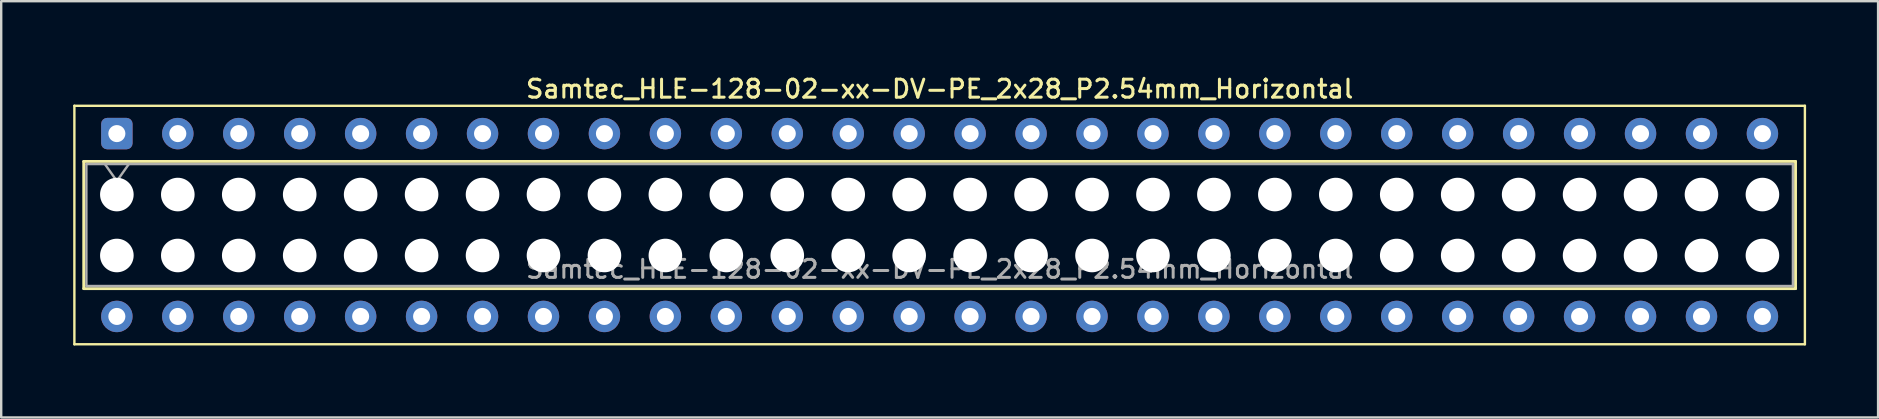
<source format=kicad_pcb>
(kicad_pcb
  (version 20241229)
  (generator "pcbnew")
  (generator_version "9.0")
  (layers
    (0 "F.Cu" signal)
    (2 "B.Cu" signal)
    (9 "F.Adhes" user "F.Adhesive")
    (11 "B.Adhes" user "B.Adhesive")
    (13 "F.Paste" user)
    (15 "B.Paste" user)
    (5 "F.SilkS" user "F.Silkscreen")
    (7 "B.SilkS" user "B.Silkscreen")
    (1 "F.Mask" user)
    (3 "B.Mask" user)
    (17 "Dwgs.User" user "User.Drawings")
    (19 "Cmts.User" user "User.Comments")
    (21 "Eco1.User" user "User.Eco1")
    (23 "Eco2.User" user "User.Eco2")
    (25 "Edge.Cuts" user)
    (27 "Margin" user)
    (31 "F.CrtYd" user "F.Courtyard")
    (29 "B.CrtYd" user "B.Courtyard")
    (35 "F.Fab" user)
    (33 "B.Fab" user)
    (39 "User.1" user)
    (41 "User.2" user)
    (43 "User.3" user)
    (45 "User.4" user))
  (footprint "Samtec_HLE-128-02-xx-DV-PE_2x28_P2.54mm_Horizontal"
    (layer "F.Cu")
    (at 1.82 2.518)
    (property "Reference" "Samtec_HLE-128-02-xx-DV-PE_2x28_P2.54mm_Horizontal" (at 34.29 -1.86 0) (layer "F.SilkS") (effects (font (size 0.75 0.75) (thickness 0.125))))
    (attr through_hole)
    (fp_line (start -1.77 -1.16) (end 70.35 -1.16) (stroke (width 0.1) (type solid)) (layer "F.SilkS"))
    (fp_line (start -1.77 8.78) (end -1.77 -1.16) (stroke (width 0.1) (type solid)) (layer "F.SilkS"))
    (fp_line (start -1.38 1.16) (end 69.96 1.16) (stroke (width 0.12) (type solid)) (layer "F.SilkS"))
    (fp_line (start -1.38 6.46) (end -1.38 1.16) (stroke (width 0.12) (type solid)) (layer "F.SilkS"))
    (fp_line (start 69.96 1.16) (end 69.96 6.46) (stroke (width 0.12) (type solid)) (layer "F.SilkS"))
    (fp_line (start 69.96 6.46) (end -1.38 6.46) (stroke (width 0.12) (type solid)) (layer "F.SilkS"))
    (fp_line (start 70.35 -1.16) (end 70.35 8.78) (stroke (width 0.1) (type solid)) (layer "F.SilkS"))
    (fp_line (start 70.35 8.78) (end -1.77 8.78) (stroke (width 0.1) (type solid)) (layer "F.SilkS"))
    (fp_line (start -1.27 1.27) (end 69.85 1.27) (stroke (width 0.1) (type solid)) (layer "F.Fab"))
    (fp_line (start -1.27 6.35) (end -1.27 1.27) (stroke (width 0.1) (type solid)) (layer "F.Fab"))
    (fp_line (start -0.5 1.27) (end 0 1.977) (stroke (width 0.1) (type solid)) (layer "F.Fab"))
    (fp_line (start 0 1.977) (end 0.5 1.27) (stroke (width 0.1) (type solid)) (layer "F.Fab"))
    (fp_line (start 69.85 1.27) (end 69.85 6.35) (stroke (width 0.1) (type solid)) (layer "F.Fab"))
    (fp_line (start 69.85 6.35) (end -1.27 6.35) (stroke (width 0.1) (type solid)) (layer "F.Fab"))
    (fp_text user "${REFERENCE}" (at 34.29 5.65 0) (layer "F.Fab") (effects (font (size 0.75 0.75) (thickness 0.125))))
    (pad "" np_thru_hole circle (at 0 2.54) (size 1.4 1.4) (drill 1.4) (layers "*.Cu" "*.Mask"))
    (pad "" np_thru_hole circle (at 0 5.08) (size 1.4 1.4) (drill 1.4) (layers "*.Cu" "*.Mask"))
    (pad "" np_thru_hole circle (at 2.54 2.54) (size 1.4 1.4) (drill 1.4) (layers "*.Cu" "*.Mask"))
    (pad "" np_thru_hole circle (at 2.54 5.08) (size 1.4 1.4) (drill 1.4) (layers "*.Cu" "*.Mask"))
    (pad "" np_thru_hole circle (at 5.08 2.54) (size 1.4 1.4) (drill 1.4) (layers "*.Cu" "*.Mask"))
    (pad "" np_thru_hole circle (at 5.08 5.08) (size 1.4 1.4) (drill 1.4) (layers "*.Cu" "*.Mask"))
    (pad "" np_thru_hole circle (at 7.62 2.54) (size 1.4 1.4) (drill 1.4) (layers "*.Cu" "*.Mask"))
    (pad "" np_thru_hole circle (at 7.62 5.08) (size 1.4 1.4) (drill 1.4) (layers "*.Cu" "*.Mask"))
    (pad "" np_thru_hole circle (at 10.16 2.54) (size 1.4 1.4) (drill 1.4) (layers "*.Cu" "*.Mask"))
    (pad "" np_thru_hole circle (at 10.16 5.08) (size 1.4 1.4) (drill 1.4) (layers "*.Cu" "*.Mask"))
    (pad "" np_thru_hole circle (at 12.7 2.54) (size 1.4 1.4) (drill 1.4) (layers "*.Cu" "*.Mask"))
    (pad "" np_thru_hole circle (at 12.7 5.08) (size 1.4 1.4) (drill 1.4) (layers "*.Cu" "*.Mask"))
    (pad "" np_thru_hole circle (at 15.24 2.54) (size 1.4 1.4) (drill 1.4) (layers "*.Cu" "*.Mask"))
    (pad "" np_thru_hole circle (at 15.24 5.08) (size 1.4 1.4) (drill 1.4) (layers "*.Cu" "*.Mask"))
    (pad "" np_thru_hole circle (at 17.78 2.54) (size 1.4 1.4) (drill 1.4) (layers "*.Cu" "*.Mask"))
    (pad "" np_thru_hole circle (at 17.78 5.08) (size 1.4 1.4) (drill 1.4) (layers "*.Cu" "*.Mask"))
    (pad "" np_thru_hole circle (at 20.32 2.54) (size 1.4 1.4) (drill 1.4) (layers "*.Cu" "*.Mask"))
    (pad "" np_thru_hole circle (at 20.32 5.08) (size 1.4 1.4) (drill 1.4) (layers "*.Cu" "*.Mask"))
    (pad "" np_thru_hole circle (at 22.86 2.54) (size 1.4 1.4) (drill 1.4) (layers "*.Cu" "*.Mask"))
    (pad "" np_thru_hole circle (at 22.86 5.08) (size 1.4 1.4) (drill 1.4) (layers "*.Cu" "*.Mask"))
    (pad "" np_thru_hole circle (at 25.4 2.54) (size 1.4 1.4) (drill 1.4) (layers "*.Cu" "*.Mask"))
    (pad "" np_thru_hole circle (at 25.4 5.08) (size 1.4 1.4) (drill 1.4) (layers "*.Cu" "*.Mask"))
    (pad "" np_thru_hole circle (at 27.94 2.54) (size 1.4 1.4) (drill 1.4) (layers "*.Cu" "*.Mask"))
    (pad "" np_thru_hole circle (at 27.94 5.08) (size 1.4 1.4) (drill 1.4) (layers "*.Cu" "*.Mask"))
    (pad "" np_thru_hole circle (at 30.48 2.54) (size 1.4 1.4) (drill 1.4) (layers "*.Cu" "*.Mask"))
    (pad "" np_thru_hole circle (at 30.48 5.08) (size 1.4 1.4) (drill 1.4) (layers "*.Cu" "*.Mask"))
    (pad "" np_thru_hole circle (at 33.02 2.54) (size 1.4 1.4) (drill 1.4) (layers "*.Cu" "*.Mask"))
    (pad "" np_thru_hole circle (at 33.02 5.08) (size 1.4 1.4) (drill 1.4) (layers "*.Cu" "*.Mask"))
    (pad "" np_thru_hole circle (at 35.56 2.54) (size 1.4 1.4) (drill 1.4) (layers "*.Cu" "*.Mask"))
    (pad "" np_thru_hole circle (at 35.56 5.08) (size 1.4 1.4) (drill 1.4) (layers "*.Cu" "*.Mask"))
    (pad "" np_thru_hole circle (at 38.1 2.54) (size 1.4 1.4) (drill 1.4) (layers "*.Cu" "*.Mask"))
    (pad "" np_thru_hole circle (at 38.1 5.08) (size 1.4 1.4) (drill 1.4) (layers "*.Cu" "*.Mask"))
    (pad "" np_thru_hole circle (at 40.64 2.54) (size 1.4 1.4) (drill 1.4) (layers "*.Cu" "*.Mask"))
    (pad "" np_thru_hole circle (at 40.64 5.08) (size 1.4 1.4) (drill 1.4) (layers "*.Cu" "*.Mask"))
    (pad "" np_thru_hole circle (at 43.18 2.54) (size 1.4 1.4) (drill 1.4) (layers "*.Cu" "*.Mask"))
    (pad "" np_thru_hole circle (at 43.18 5.08) (size 1.4 1.4) (drill 1.4) (layers "*.Cu" "*.Mask"))
    (pad "" np_thru_hole circle (at 45.72 2.54) (size 1.4 1.4) (drill 1.4) (layers "*.Cu" "*.Mask"))
    (pad "" np_thru_hole circle (at 45.72 5.08) (size 1.4 1.4) (drill 1.4) (layers "*.Cu" "*.Mask"))
    (pad "" np_thru_hole circle (at 48.26 2.54) (size 1.4 1.4) (drill 1.4) (layers "*.Cu" "*.Mask"))
    (pad "" np_thru_hole circle (at 48.26 5.08) (size 1.4 1.4) (drill 1.4) (layers "*.Cu" "*.Mask"))
    (pad "" np_thru_hole circle (at 50.8 2.54) (size 1.4 1.4) (drill 1.4) (layers "*.Cu" "*.Mask"))
    (pad "" np_thru_hole circle (at 50.8 5.08) (size 1.4 1.4) (drill 1.4) (layers "*.Cu" "*.Mask"))
    (pad "" np_thru_hole circle (at 53.34 2.54) (size 1.4 1.4) (drill 1.4) (layers "*.Cu" "*.Mask"))
    (pad "" np_thru_hole circle (at 53.34 5.08) (size 1.4 1.4) (drill 1.4) (layers "*.Cu" "*.Mask"))
    (pad "" np_thru_hole circle (at 55.88 2.54) (size 1.4 1.4) (drill 1.4) (layers "*.Cu" "*.Mask"))
    (pad "" np_thru_hole circle (at 55.88 5.08) (size 1.4 1.4) (drill 1.4) (layers "*.Cu" "*.Mask"))
    (pad "" np_thru_hole circle (at 58.42 2.54) (size 1.4 1.4) (drill 1.4) (layers "*.Cu" "*.Mask"))
    (pad "" np_thru_hole circle (at 58.42 5.08) (size 1.4 1.4) (drill 1.4) (layers "*.Cu" "*.Mask"))
    (pad "" np_thru_hole circle (at 60.96 2.54) (size 1.4 1.4) (drill 1.4) (layers "*.Cu" "*.Mask"))
    (pad "" np_thru_hole circle (at 60.96 5.08) (size 1.4 1.4) (drill 1.4) (layers "*.Cu" "*.Mask"))
    (pad "" np_thru_hole circle (at 63.5 2.54) (size 1.4 1.4) (drill 1.4) (layers "*.Cu" "*.Mask"))
    (pad "" np_thru_hole circle (at 63.5 5.08) (size 1.4 1.4) (drill 1.4) (layers "*.Cu" "*.Mask"))
    (pad "" np_thru_hole circle (at 66.04 2.54) (size 1.4 1.4) (drill 1.4) (layers "*.Cu" "*.Mask"))
    (pad "" np_thru_hole circle (at 66.04 5.08) (size 1.4 1.4) (drill 1.4) (layers "*.Cu" "*.Mask"))
    (pad "" np_thru_hole circle (at 68.58 2.54) (size 1.4 1.4) (drill 1.4) (layers "*.Cu" "*.Mask"))
    (pad "" np_thru_hole circle (at 68.58 5.08) (size 1.4 1.4) (drill 1.4) (layers "*.Cu" "*.Mask"))
    (pad "1" thru_hole roundrect (at 0 0) (size 1.31 1.31) (drill 0.71) (layers "*.Cu" "*.Mask") (roundrect_rratio 0.191))
    (pad "2" thru_hole circle (at 0 7.62) (size 1.31 1.31) (drill 0.71) (layers "*.Cu" "*.Mask"))
    (pad "3" thru_hole circle (at 2.54 0) (size 1.31 1.31) (drill 0.71) (layers "*.Cu" "*.Mask"))
    (pad "4" thru_hole circle (at 2.54 7.62) (size 1.31 1.31) (drill 0.71) (layers "*.Cu" "*.Mask"))
    (pad "5" thru_hole circle (at 5.08 0) (size 1.31 1.31) (drill 0.71) (layers "*.Cu" "*.Mask"))
    (pad "6" thru_hole circle (at 5.08 7.62) (size 1.31 1.31) (drill 0.71) (layers "*.Cu" "*.Mask"))
    (pad "7" thru_hole circle (at 7.62 0) (size 1.31 1.31) (drill 0.71) (layers "*.Cu" "*.Mask"))
    (pad "8" thru_hole circle (at 7.62 7.62) (size 1.31 1.31) (drill 0.71) (layers "*.Cu" "*.Mask"))
    (pad "9" thru_hole circle (at 10.16 0) (size 1.31 1.31) (drill 0.71) (layers "*.Cu" "*.Mask"))
    (pad "10" thru_hole circle (at 10.16 7.62) (size 1.31 1.31) (drill 0.71) (layers "*.Cu" "*.Mask"))
    (pad "11" thru_hole circle (at 12.7 0) (size 1.31 1.31) (drill 0.71) (layers "*.Cu" "*.Mask"))
    (pad "12" thru_hole circle (at 12.7 7.62) (size 1.31 1.31) (drill 0.71) (layers "*.Cu" "*.Mask"))
    (pad "13" thru_hole circle (at 15.24 0) (size 1.31 1.31) (drill 0.71) (layers "*.Cu" "*.Mask"))
    (pad "14" thru_hole circle (at 15.24 7.62) (size 1.31 1.31) (drill 0.71) (layers "*.Cu" "*.Mask"))
    (pad "15" thru_hole circle (at 17.78 0) (size 1.31 1.31) (drill 0.71) (layers "*.Cu" "*.Mask"))
    (pad "16" thru_hole circle (at 17.78 7.62) (size 1.31 1.31) (drill 0.71) (layers "*.Cu" "*.Mask"))
    (pad "17" thru_hole circle (at 20.32 0) (size 1.31 1.31) (drill 0.71) (layers "*.Cu" "*.Mask"))
    (pad "18" thru_hole circle (at 20.32 7.62) (size 1.31 1.31) (drill 0.71) (layers "*.Cu" "*.Mask"))
    (pad "19" thru_hole circle (at 22.86 0) (size 1.31 1.31) (drill 0.71) (layers "*.Cu" "*.Mask"))
    (pad "20" thru_hole circle (at 22.86 7.62) (size 1.31 1.31) (drill 0.71) (layers "*.Cu" "*.Mask"))
    (pad "21" thru_hole circle (at 25.4 0) (size 1.31 1.31) (drill 0.71) (layers "*.Cu" "*.Mask"))
    (pad "22" thru_hole circle (at 25.4 7.62) (size 1.31 1.31) (drill 0.71) (layers "*.Cu" "*.Mask"))
    (pad "23" thru_hole circle (at 27.94 0) (size 1.31 1.31) (drill 0.71) (layers "*.Cu" "*.Mask"))
    (pad "24" thru_hole circle (at 27.94 7.62) (size 1.31 1.31) (drill 0.71) (layers "*.Cu" "*.Mask"))
    (pad "25" thru_hole circle (at 30.48 0) (size 1.31 1.31) (drill 0.71) (layers "*.Cu" "*.Mask"))
    (pad "26" thru_hole circle (at 30.48 7.62) (size 1.31 1.31) (drill 0.71) (layers "*.Cu" "*.Mask"))
    (pad "27" thru_hole circle (at 33.02 0) (size 1.31 1.31) (drill 0.71) (layers "*.Cu" "*.Mask"))
    (pad "28" thru_hole circle (at 33.02 7.62) (size 1.31 1.31) (drill 0.71) (layers "*.Cu" "*.Mask"))
    (pad "29" thru_hole circle (at 35.56 0) (size 1.31 1.31) (drill 0.71) (layers "*.Cu" "*.Mask"))
    (pad "30" thru_hole circle (at 35.56 7.62) (size 1.31 1.31) (drill 0.71) (layers "*.Cu" "*.Mask"))
    (pad "31" thru_hole circle (at 38.1 0) (size 1.31 1.31) (drill 0.71) (layers "*.Cu" "*.Mask"))
    (pad "32" thru_hole circle (at 38.1 7.62) (size 1.31 1.31) (drill 0.71) (layers "*.Cu" "*.Mask"))
    (pad "33" thru_hole circle (at 40.64 0) (size 1.31 1.31) (drill 0.71) (layers "*.Cu" "*.Mask"))
    (pad "34" thru_hole circle (at 40.64 7.62) (size 1.31 1.31) (drill 0.71) (layers "*.Cu" "*.Mask"))
    (pad "35" thru_hole circle (at 43.18 0) (size 1.31 1.31) (drill 0.71) (layers "*.Cu" "*.Mask"))
    (pad "36" thru_hole circle (at 43.18 7.62) (size 1.31 1.31) (drill 0.71) (layers "*.Cu" "*.Mask"))
    (pad "37" thru_hole circle (at 45.72 0) (size 1.31 1.31) (drill 0.71) (layers "*.Cu" "*.Mask"))
    (pad "38" thru_hole circle (at 45.72 7.62) (size 1.31 1.31) (drill 0.71) (layers "*.Cu" "*.Mask"))
    (pad "39" thru_hole circle (at 48.26 0) (size 1.31 1.31) (drill 0.71) (layers "*.Cu" "*.Mask"))
    (pad "40" thru_hole circle (at 48.26 7.62) (size 1.31 1.31) (drill 0.71) (layers "*.Cu" "*.Mask"))
    (pad "41" thru_hole circle (at 50.8 0) (size 1.31 1.31) (drill 0.71) (layers "*.Cu" "*.Mask"))
    (pad "42" thru_hole circle (at 50.8 7.62) (size 1.31 1.31) (drill 0.71) (layers "*.Cu" "*.Mask"))
    (pad "43" thru_hole circle (at 53.34 0) (size 1.31 1.31) (drill 0.71) (layers "*.Cu" "*.Mask"))
    (pad "44" thru_hole circle (at 53.34 7.62) (size 1.31 1.31) (drill 0.71) (layers "*.Cu" "*.Mask"))
    (pad "45" thru_hole circle (at 55.88 0) (size 1.31 1.31) (drill 0.71) (layers "*.Cu" "*.Mask"))
    (pad "46" thru_hole circle (at 55.88 7.62) (size 1.31 1.31) (drill 0.71) (layers "*.Cu" "*.Mask"))
    (pad "47" thru_hole circle (at 58.42 0) (size 1.31 1.31) (drill 0.71) (layers "*.Cu" "*.Mask"))
    (pad "48" thru_hole circle (at 58.42 7.62) (size 1.31 1.31) (drill 0.71) (layers "*.Cu" "*.Mask"))
    (pad "49" thru_hole circle (at 60.96 0) (size 1.31 1.31) (drill 0.71) (layers "*.Cu" "*.Mask"))
    (pad "50" thru_hole circle (at 60.96 7.62) (size 1.31 1.31) (drill 0.71) (layers "*.Cu" "*.Mask"))
    (pad "51" thru_hole circle (at 63.5 0) (size 1.31 1.31) (drill 0.71) (layers "*.Cu" "*.Mask"))
    (pad "52" thru_hole circle (at 63.5 7.62) (size 1.31 1.31) (drill 0.71) (layers "*.Cu" "*.Mask"))
    (pad "53" thru_hole circle (at 66.04 0) (size 1.31 1.31) (drill 0.71) (layers "*.Cu" "*.Mask"))
    (pad "54" thru_hole circle (at 66.04 7.62) (size 1.31 1.31) (drill 0.71) (layers "*.Cu" "*.Mask"))
    (pad "55" thru_hole circle (at 68.58 0) (size 1.31 1.31) (drill 0.71) (layers "*.Cu" "*.Mask"))
    (pad "56" thru_hole circle (at 68.58 7.62) (size 1.31 1.31) (drill 0.71) (layers "*.Cu" "*.Mask")))
  (gr_rect
    (start -3 -3)
    (end 75.22 14.348)
    (stroke (width 0.1) (type default))
    (fill no)
    (layer "Edge.Cuts")))
</source>
